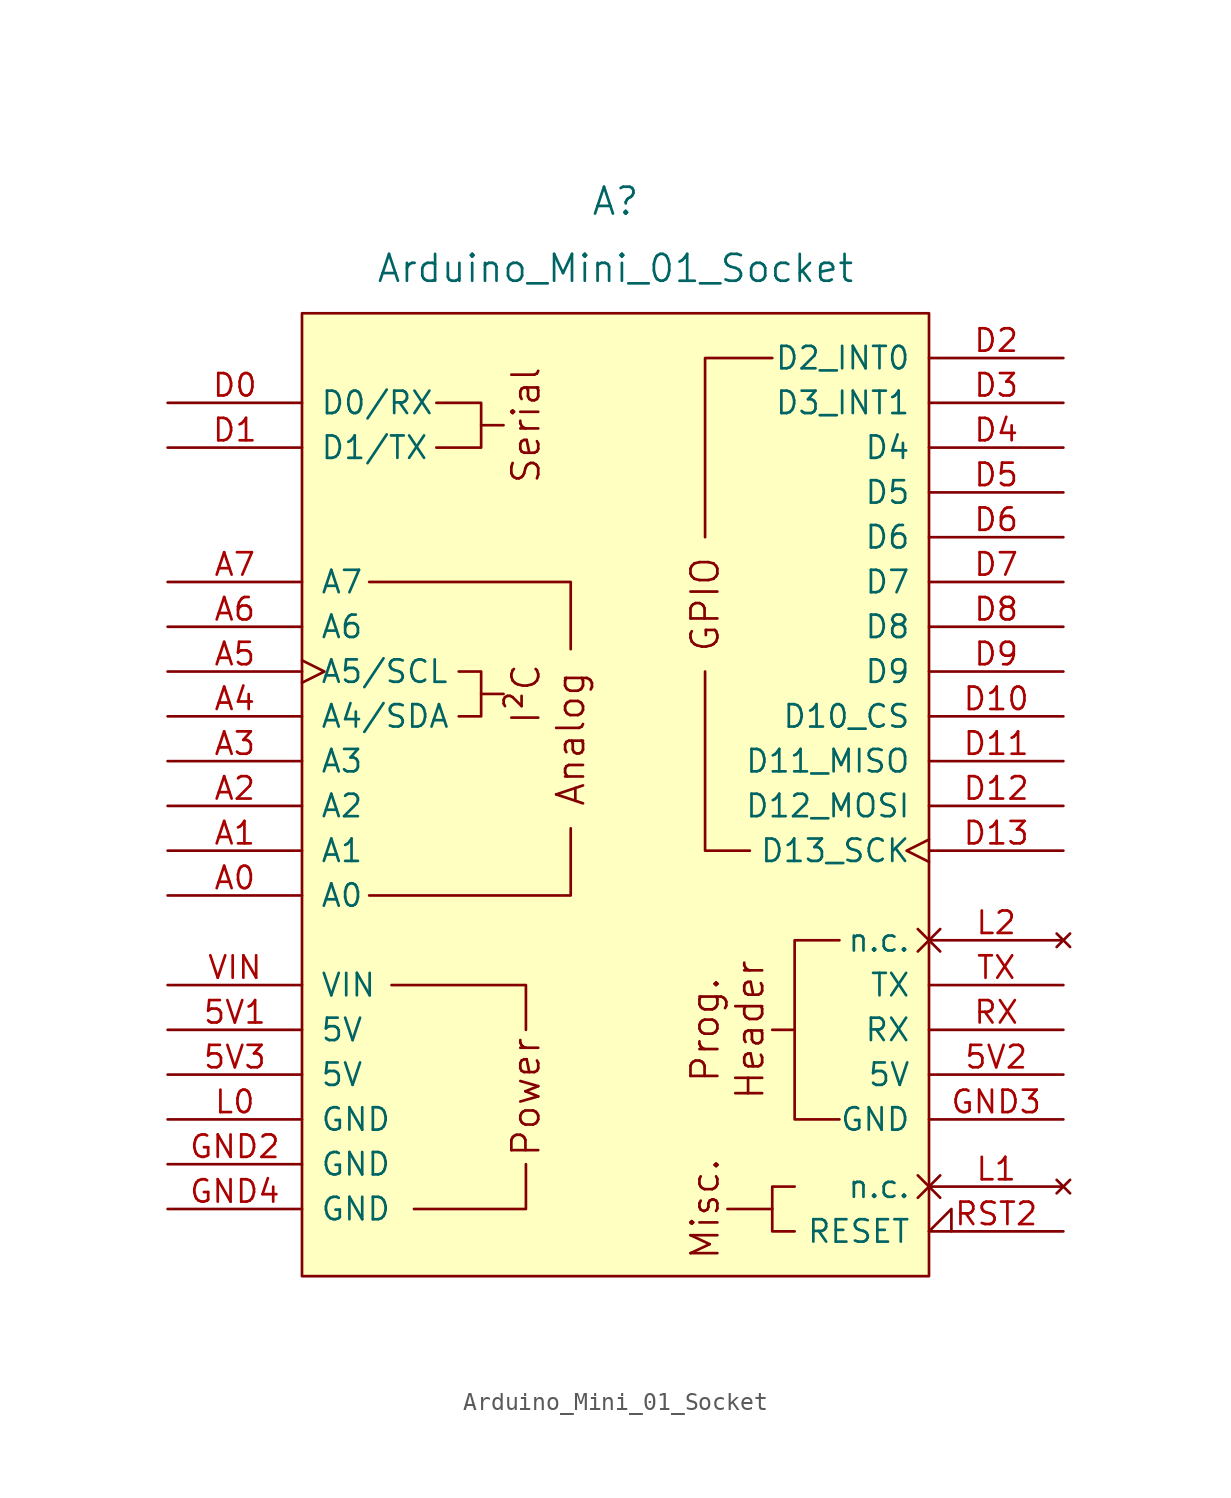
<source format=kicad_sym>
(kicad_symbol_lib
  (version 20211014)
  (generator kicad_symbol_editor)
  (symbol "Arduino_Mini_01_Socket"
    (pin_names
      (offset 1.016))
    (property "Reference" "A"
      (at 0 34.29 0)
      (effects (font (size 1.524 1.524))))
    (property "Value" "Arduino_Mini_01_Socket"
      (at 0 30.48 0)
      (effects (font (size 1.524 1.524))))
    (symbol "Arduino_Mini_01_Socket_0_0"
      (rectangle (start -17.78 27.94) (end 17.78 -26.67) (stroke (width 0) (type default) (color 0 0 0 0)) (fill (type background)))
      (polyline (pts (xy -7.62 6.35) (xy -6.35 6.35)) (stroke (width 0) (type default) (color 0 0 0 0)) (fill (type none)))
      (polyline (pts (xy -7.62 21.59) (xy -6.35 21.59)) (stroke (width 0) (type default) (color 0 0 0 0)) (fill (type none)))
      (polyline (pts (xy 8.89 -22.86) (xy 6.35 -22.86)) (stroke (width 0) (type default) (color 0 0 0 0)) (fill (type none)))
      (polyline (pts (xy -11.43 -22.86) (xy -5.08 -22.86) (xy -5.08 -20.32)) (stroke (width 0) (type default) (color 0 0 0 0)) (fill (type none)))
      (polyline (pts (xy -5.08 -12.7) (xy -5.08 -10.16) (xy -12.7 -10.16)) (stroke (width 0) (type default) (color 0 0 0 0)) (fill (type none)))
      (polyline (pts (xy -2.54 -1.27) (xy -2.54 -5.08) (xy -13.97 -5.08)) (stroke (width 0) (type default) (color 0 0 0 0)) (fill (type none)))
      (polyline (pts (xy -2.54 8.89) (xy -2.54 12.7) (xy -13.97 12.7)) (stroke (width 0) (type default) (color 0 0 0 0)) (fill (type none)))
      (polyline (pts (xy 10.16 -12.7) (xy 10.16 -17.78) (xy 12.7 -17.78)) (stroke (width 0) (type default) (color 0 0 0 0)) (fill (type none)))
      (polyline (pts (xy -10.16 22.86) (xy -7.62 22.86) (xy -7.62 20.32) (xy -10.16 20.32)) (stroke (width 0) (type default) (color 0 0 0 0)) (fill (type none)))
      (polyline (pts (xy -8.89 7.62) (xy -7.62 7.62) (xy -7.62 5.08) (xy -8.89 5.08)) (stroke (width 0) (type default) (color 0 0 0 0)) (fill (type none)))
      (polyline (pts (xy 12.7 -7.62) (xy 10.16 -7.62) (xy 10.16 -12.7) (xy 8.89 -12.7)) (stroke (width 0) (type default) (color 0 0 0 0)) (fill (type none)))
      (text "Analog" (at -2.54 3.81 900) (effects (font (size 1.524 1.524))))
      (text "Header" (at 7.62 -12.7 900) (effects (font (size 1.524 1.524))))
      (text "I²C" (at -5.08 6.35 900) (effects (font (size 1.524 1.524))))
      (text "Misc." (at 5.08 -22.86 900) (effects (font (size 1.524 1.524))))
      (text "Power" (at -5.08 -16.51 900) (effects (font (size 1.524 1.524))))
      (text "Prog." (at 5.08 -12.7 900) (effects (font (size 1.524 1.524))))
      (text "Serial" (at -5.08 21.59 900) (effects (font (size 1.524 1.524)))))
    (symbol "Arduino_Mini_01_Socket_0_1"
      (polyline (pts (xy 7.62 -2.54) (xy 5.08 -2.54) (xy 5.08 7.62)) (stroke (width 0) (type default) (color 0 0 0 0)) (fill (type none)))
      (polyline (pts (xy 8.89 25.4) (xy 5.08 25.4) (xy 5.08 15.24)) (stroke (width 0) (type default) (color 0 0 0 0)) (fill (type none)))
      (polyline (pts (xy 10.16 -21.59) (xy 8.89 -21.59) (xy 8.89 -24.13) (xy 10.16 -24.13)) (stroke (width 0) (type default) (color 0 0 0 0)) (fill (type none))))
    (symbol "Arduino_Mini_01_Socket_1_0"
      (text "GPIO" (at 5.08 11.43 900) (effects (font (size 1.524 1.524)))))
    (symbol "Arduino_Mini_01_Socket_1_1"
      (pin power_in line (at -25.4 -12.7 0) (length 7.62) (name "5V" (effects (font (size 1.27 1.27)))) (number "5V1" (effects (font (size 1.27 1.27)))))
      (pin power_in line (at 25.4 -15.24 180) (length 7.62) (name "5V" (effects (font (size 1.27 1.27)))) (number "5V2" (effects (font (size 1.27 1.27)))))
      (pin power_in line (at -25.4 -15.24 0) (length 7.62) (name "5V" (effects (font (size 1.27 1.27)))) (number "5V3" (effects (font (size 1.27 1.27)))))
      (pin bidirectional line (at -25.4 -5.08 0) (length 7.62) (name "A0" (effects (font (size 1.27 1.27)))) (number "A0" (effects (font (size 1.27 1.27)))))
      (pin bidirectional line (at -25.4 -2.54 0) (length 7.62) (name "A1" (effects (font (size 1.27 1.27)))) (number "A1" (effects (font (size 1.27 1.27)))))
      (pin bidirectional line (at -25.4 0 0) (length 7.62) (name "A2" (effects (font (size 1.27 1.27)))) (number "A2" (effects (font (size 1.27 1.27)))))
      (pin bidirectional line (at -25.4 2.54 0) (length 7.62) (name "A3" (effects (font (size 1.27 1.27)))) (number "A3" (effects (font (size 1.27 1.27)))))
      (pin bidirectional line (at -25.4 5.08 0) (length 7.62) (name "A4/SDA" (effects (font (size 1.27 1.27)))) (number "A4" (effects (font (size 1.27 1.27)))))
      (pin bidirectional clock (at -25.4 7.62 0) (length 7.62) (name "A5/SCL" (effects (font (size 1.27 1.27)))) (number "A5" (effects (font (size 1.27 1.27)))))
      (pin input line (at -25.4 10.16 0) (length 7.62) (name "A6" (effects (font (size 1.27 1.27)))) (number "A6" (effects (font (size 1.27 1.27)))))
      (pin input line (at -25.4 12.7 0) (length 7.62) (name "A7" (effects (font (size 1.27 1.27)))) (number "A7" (effects (font (size 1.27 1.27)))))
      (pin bidirectional line (at -25.4 22.86 0) (length 7.62) (name "D0/RX" (effects (font (size 1.27 1.27)))) (number "D0" (effects (font (size 1.27 1.27)))))
      (pin bidirectional line (at -25.4 20.32 0) (length 7.62) (name "D1/TX" (effects (font (size 1.27 1.27)))) (number "D1" (effects (font (size 1.27 1.27)))))
      (pin bidirectional line (at 25.4 5.08 180) (length 7.62) (name "D10_CS" (effects (font (size 1.27 1.27)))) (number "D10" (effects (font (size 1.27 1.27)))))
      (pin bidirectional line (at 25.4 2.54 180) (length 7.62) (name "D11_MISO" (effects (font (size 1.27 1.27)))) (number "D11" (effects (font (size 1.27 1.27)))))
      (pin bidirectional line (at 25.4 0 180) (length 7.62) (name "D12_MOSI" (effects (font (size 1.27 1.27)))) (number "D12" (effects (font (size 1.27 1.27)))))
      (pin bidirectional clock (at 25.4 -2.54 180) (length 7.62) (name "D13_SCK" (effects (font (size 1.27 1.27)))) (number "D13" (effects (font (size 1.27 1.27)))))
      (pin bidirectional line (at 25.4 25.4 180) (length 7.62) (name "D2_INT0" (effects (font (size 1.27 1.27)))) (number "D2" (effects (font (size 1.27 1.27)))))
      (pin bidirectional line (at 25.4 22.86 180) (length 7.62) (name "D3_INT1" (effects (font (size 1.27 1.27)))) (number "D3" (effects (font (size 1.27 1.27)))))
      (pin bidirectional line (at 25.4 20.32 180) (length 7.62) (name "D4" (effects (font (size 1.27 1.27)))) (number "D4" (effects (font (size 1.27 1.27)))))
      (pin bidirectional line (at 25.4 17.78 180) (length 7.62) (name "D5" (effects (font (size 1.27 1.27)))) (number "D5" (effects (font (size 1.27 1.27)))))
      (pin bidirectional line (at 25.4 15.24 180) (length 7.62) (name "D6" (effects (font (size 1.27 1.27)))) (number "D6" (effects (font (size 1.27 1.27)))))
      (pin bidirectional line (at 25.4 12.7 180) (length 7.62) (name "D7" (effects (font (size 1.27 1.27)))) (number "D7" (effects (font (size 1.27 1.27)))))
      (pin bidirectional line (at 25.4 10.16 180) (length 7.62) (name "D8" (effects (font (size 1.27 1.27)))) (number "D8" (effects (font (size 1.27 1.27)))))
      (pin bidirectional line (at 25.4 7.62 180) (length 7.62) (name "D9" (effects (font (size 1.27 1.27)))) (number "D9" (effects (font (size 1.27 1.27)))))
      (pin power_in line (at -25.4 -20.32 0) (length 7.62) (name "GND" (effects (font (size 1.27 1.27)))) (number "GND2" (effects (font (size 1.27 1.27)))))
      (pin power_in line (at 25.4 -17.78 180) (length 7.62) (name "GND" (effects (font (size 1.27 1.27)))) (number "GND3" (effects (font (size 1.27 1.27)))))
      (pin power_in line (at -25.4 -22.86 0) (length 7.62) (name "GND" (effects (font (size 1.27 1.27)))) (number "GND4" (effects (font (size 1.27 1.27)))))
      (pin power_in line (at -25.4 -17.78 0) (length 7.62) (name "GND" (effects (font (size 1.27 1.27)))) (number "L0" (effects (font (size 1.27 1.27)))))
      (pin no_connect non_logic (at 25.4 -21.59 180) (length 7.62) (name "n.c." (effects (font (size 1.27 1.27)))) (number "L1" (effects (font (size 1.27 1.27)))))
      (pin no_connect non_logic (at 25.4 -7.62 180) (length 7.62) (name "n.c." (effects (font (size 1.27 1.27)))) (number "L2" (effects (font (size 1.27 1.27)))))
      (pin open_collector input_low (at 25.4 -24.13 180) (length 7.62) (name "RESET" (effects (font (size 1.27 1.27)))) (number "RST2" (effects (font (size 1.27 1.27)))))
      (pin bidirectional line (at 25.4 -12.7 180) (length 7.62) (name "RX" (effects (font (size 1.27 1.27)))) (number "RX" (effects (font (size 1.27 1.27)))))
      (pin bidirectional line (at 25.4 -10.16 180) (length 7.62) (name "TX" (effects (font (size 1.27 1.27)))) (number "TX" (effects (font (size 1.27 1.27)))))
      (pin power_in line (at -25.4 -10.16 0) (length 7.62) (name "VIN" (effects (font (size 1.27 1.27)))) (number "VIN" (effects (font (size 1.27 1.27))))))))
</source>
